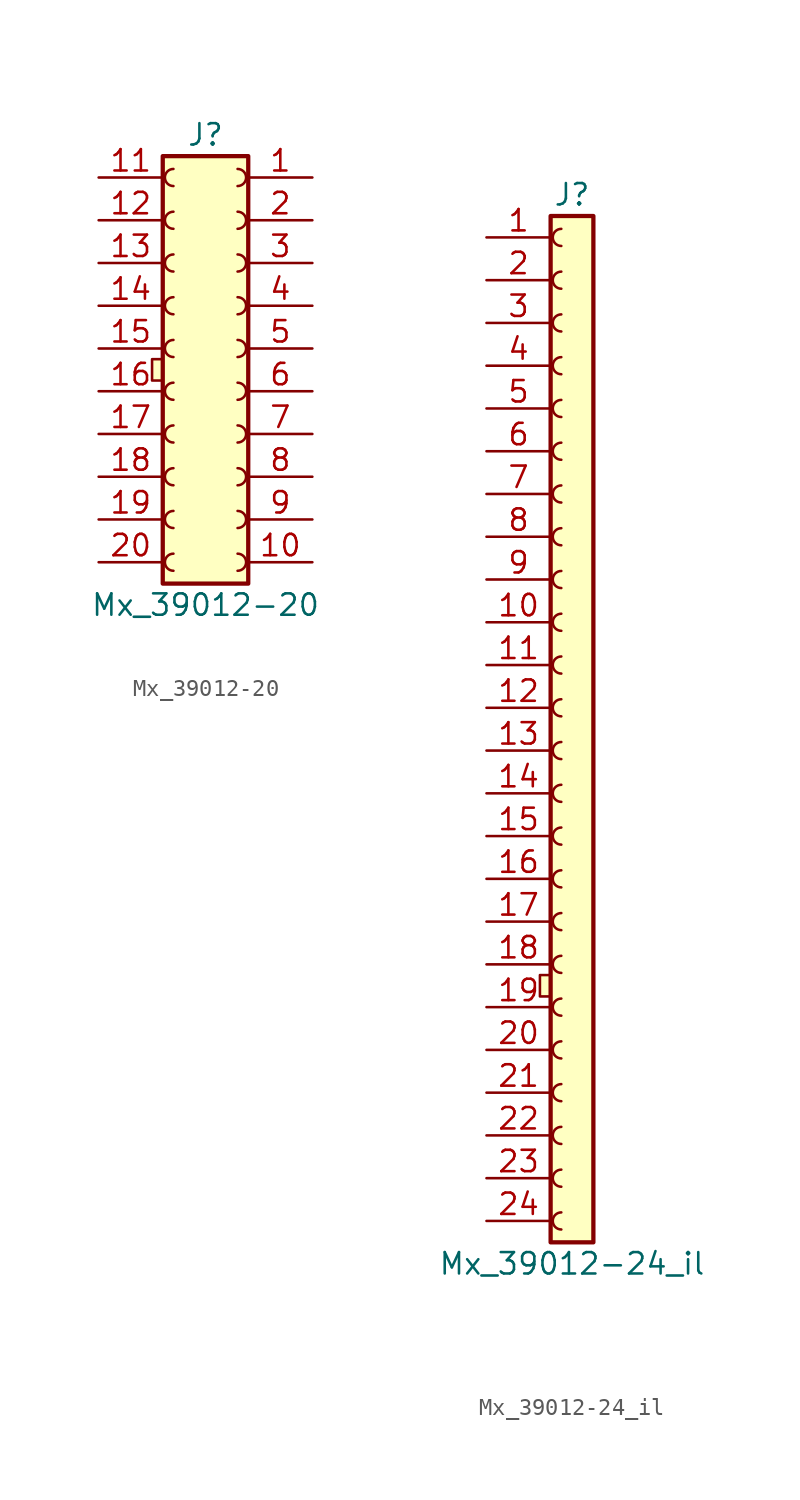
<source format=kicad_sym>
(kicad_symbol_lib
  (version 20211014)
  (generator kicad_symbol_editor)
  (symbol "Mx_39012-20"
    (pin_names
      (offset 1.016) hide)
    (property "Reference" "J"
      (at 0 13.97 0)
      (effects (font (size 1.27 1.27))))
    (property "Value" "Mx_39012-20"
      (at 0 -13.97 0)
      (effects (font (size 1.27 1.27))))
    (symbol "Mx_39012-20_0_1"
      (rectangle (start -3.175 0.635) (end -2.54 -0.635) (stroke (width 0) (type default) (color 0 0 0 0)) (fill (type background))))
    (symbol "Mx_39012-20_1_1"
      (arc (start -1.905 -10.922) (mid -2.413 -11.43) (end -1.905 -11.938) (stroke (width 0) (type default) (color 0 0 0 0)) (fill (type none)))
      (arc (start -1.905 -8.382) (mid -2.413 -8.89) (end -1.905 -9.398) (stroke (width 0) (type default) (color 0 0 0 0)) (fill (type none)))
      (arc (start -1.905 -5.842) (mid -2.413 -6.35) (end -1.905 -6.858) (stroke (width 0) (type default) (color 0 0 0 0)) (fill (type none)))
      (arc (start -1.905 -3.302) (mid -2.413 -3.81) (end -1.905 -4.318) (stroke (width 0) (type default) (color 0 0 0 0)) (fill (type none)))
      (arc (start -1.905 -0.762) (mid -2.413 -1.27) (end -1.905 -1.778) (stroke (width 0) (type default) (color 0 0 0 0)) (fill (type none)))
      (arc (start -1.905 1.778) (mid -2.413 1.27) (end -1.905 0.762) (stroke (width 0) (type default) (color 0 0 0 0)) (fill (type none)))
      (arc (start -1.905 4.318) (mid -2.413 3.81) (end -1.905 3.302) (stroke (width 0) (type default) (color 0 0 0 0)) (fill (type none)))
      (arc (start -1.905 6.858) (mid -2.413 6.35) (end -1.905 5.842) (stroke (width 0) (type default) (color 0 0 0 0)) (fill (type none)))
      (arc (start -1.905 9.398) (mid -2.413 8.89) (end -1.905 8.382) (stroke (width 0) (type default) (color 0 0 0 0)) (fill (type none)))
      (arc (start -1.905 11.938) (mid -2.413 11.43) (end -1.905 10.922) (stroke (width 0) (type default) (color 0 0 0 0)) (fill (type none)))
      (arc (start 1.905 -11.938) (mid 2.413 -11.43) (end 1.905 -10.922) (stroke (width 0) (type default) (color 0 0 0 0)) (fill (type none)))
      (arc (start 1.905 -9.398) (mid 2.413 -8.89) (end 1.905 -8.382) (stroke (width 0) (type default) (color 0 0 0 0)) (fill (type none)))
      (arc (start 1.905 -6.858) (mid 2.413 -6.35) (end 1.905 -5.842) (stroke (width 0) (type default) (color 0 0 0 0)) (fill (type none)))
      (arc (start 1.905 -4.318) (mid 2.413 -3.81) (end 1.905 -3.302) (stroke (width 0) (type default) (color 0 0 0 0)) (fill (type none)))
      (arc (start 1.905 -1.778) (mid 2.413 -1.27) (end 1.905 -0.762) (stroke (width 0) (type default) (color 0 0 0 0)) (fill (type none)))
      (arc (start 1.905 0.762) (mid 2.413 1.27) (end 1.905 1.778) (stroke (width 0) (type default) (color 0 0 0 0)) (fill (type none)))
      (arc (start 1.905 3.302) (mid 2.413 3.81) (end 1.905 4.318) (stroke (width 0) (type default) (color 0 0 0 0)) (fill (type none)))
      (arc (start 1.905 5.842) (mid 2.413 6.35) (end 1.905 6.858) (stroke (width 0) (type default) (color 0 0 0 0)) (fill (type none)))
      (arc (start 1.905 8.382) (mid 2.413 8.89) (end 1.905 9.398) (stroke (width 0) (type default) (color 0 0 0 0)) (fill (type none)))
      (arc (start 1.905 10.922) (mid 2.413 11.43) (end 1.905 11.938) (stroke (width 0) (type default) (color 0 0 0 0)) (fill (type none)))
      (rectangle (start 2.54 12.7) (end -2.54 -12.7) (stroke (width 0.254) (type default) (color 0 0 0 0)) (fill (type background)))
      (pin passive line (at 6.35 11.43 180) (length 3.81) (name "Pin_1" (effects (font (size 1.27 1.27)))) (number "1" (effects (font (size 1.27 1.27)))))
      (pin passive line (at 6.35 -11.43 180) (length 3.81) (name "Pin_10" (effects (font (size 1.27 1.27)))) (number "10" (effects (font (size 1.27 1.27)))))
      (pin passive line (at -6.35 11.43 0) (length 3.81) (name "Pin_11" (effects (font (size 1.27 1.27)))) (number "11" (effects (font (size 1.27 1.27)))))
      (pin passive line (at -6.35 8.89 0) (length 3.81) (name "Pin_12" (effects (font (size 1.27 1.27)))) (number "12" (effects (font (size 1.27 1.27)))))
      (pin passive line (at -6.35 6.35 0) (length 3.81) (name "Pin_13" (effects (font (size 1.27 1.27)))) (number "13" (effects (font (size 1.27 1.27)))))
      (pin passive line (at -6.35 3.81 0) (length 3.81) (name "Pin_14" (effects (font (size 1.27 1.27)))) (number "14" (effects (font (size 1.27 1.27)))))
      (pin passive line (at -6.35 1.27 0) (length 3.81) (name "Pin_15" (effects (font (size 1.27 1.27)))) (number "15" (effects (font (size 1.27 1.27)))))
      (pin passive line (at -6.35 -1.27 0) (length 3.81) (name "Pin_16" (effects (font (size 1.27 1.27)))) (number "16" (effects (font (size 1.27 1.27)))))
      (pin passive line (at -6.35 -3.81 0) (length 3.81) (name "Pin_17" (effects (font (size 1.27 1.27)))) (number "17" (effects (font (size 1.27 1.27)))))
      (pin passive line (at -6.35 -6.35 0) (length 3.81) (name "Pin_18" (effects (font (size 1.27 1.27)))) (number "18" (effects (font (size 1.27 1.27)))))
      (pin passive line (at -6.35 -8.89 0) (length 3.81) (name "Pin_19" (effects (font (size 1.27 1.27)))) (number "19" (effects (font (size 1.27 1.27)))))
      (pin passive line (at 6.35 8.89 180) (length 3.81) (name "Pin_2" (effects (font (size 1.27 1.27)))) (number "2" (effects (font (size 1.27 1.27)))))
      (pin passive line (at -6.35 -11.43 0) (length 3.81) (name "Pin_20" (effects (font (size 1.27 1.27)))) (number "20" (effects (font (size 1.27 1.27)))))
      (pin passive line (at 6.35 6.35 180) (length 3.81) (name "Pin_3" (effects (font (size 1.27 1.27)))) (number "3" (effects (font (size 1.27 1.27)))))
      (pin passive line (at 6.35 3.81 180) (length 3.81) (name "Pin_4" (effects (font (size 1.27 1.27)))) (number "4" (effects (font (size 1.27 1.27)))))
      (pin passive line (at 6.35 1.27 180) (length 3.81) (name "Pin_5" (effects (font (size 1.27 1.27)))) (number "5" (effects (font (size 1.27 1.27)))))
      (pin passive line (at 6.35 -1.27 180) (length 3.81) (name "Pin_6" (effects (font (size 1.27 1.27)))) (number "6" (effects (font (size 1.27 1.27)))))
      (pin passive line (at 6.35 -3.81 180) (length 3.81) (name "Pin_7" (effects (font (size 1.27 1.27)))) (number "7" (effects (font (size 1.27 1.27)))))
      (pin passive line (at 6.35 -6.35 180) (length 3.81) (name "Pin_8" (effects (font (size 1.27 1.27)))) (number "8" (effects (font (size 1.27 1.27)))))
      (pin passive line (at 6.35 -8.89 180) (length 3.81) (name "Pin_9" (effects (font (size 1.27 1.27)))) (number "9" (effects (font (size 1.27 1.27)))))))
  (symbol "Mx_39012-24_il"
    (pin_names
      (offset 1.016) hide)
    (property "Reference" "J"
      (at 0 31.75 0)
      (effects (font (size 1.27 1.27))))
    (property "Value" "Mx_39012-24_il"
      (at 0 -31.75 0)
      (effects (font (size 1.27 1.27))))
    (symbol "Mx_39012-24_il_0_1"
      (rectangle (start -1.905 -14.605) (end -1.27 -15.875) (stroke (width 0) (type default) (color 0 0 0 0)) (fill (type background))))
    (symbol "Mx_39012-24_il_1_1"
      (arc (start -0.635 -28.702) (mid -1.143 -29.21) (end -0.635 -29.718) (stroke (width 0) (type default) (color 0 0 0 0)) (fill (type none)))
      (arc (start -0.635 -26.162) (mid -1.143 -26.67) (end -0.635 -27.178) (stroke (width 0) (type default) (color 0 0 0 0)) (fill (type none)))
      (arc (start -0.635 -23.622) (mid -1.143 -24.13) (end -0.635 -24.638) (stroke (width 0) (type default) (color 0 0 0 0)) (fill (type none)))
      (arc (start -0.635 -21.082) (mid -1.143 -21.59) (end -0.635 -22.098) (stroke (width 0) (type default) (color 0 0 0 0)) (fill (type none)))
      (arc (start -0.635 -18.542) (mid -1.143 -19.05) (end -0.635 -19.558) (stroke (width 0) (type default) (color 0 0 0 0)) (fill (type none)))
      (arc (start -0.635 -16.002) (mid -1.143 -16.51) (end -0.635 -17.018) (stroke (width 0) (type default) (color 0 0 0 0)) (fill (type none)))
      (arc (start -0.635 -13.462) (mid -1.143 -13.97) (end -0.635 -14.478) (stroke (width 0) (type default) (color 0 0 0 0)) (fill (type none)))
      (arc (start -0.635 -10.922) (mid -1.143 -11.43) (end -0.635 -11.938) (stroke (width 0) (type default) (color 0 0 0 0)) (fill (type none)))
      (arc (start -0.635 -8.382) (mid -1.143 -8.89) (end -0.635 -9.398) (stroke (width 0) (type default) (color 0 0 0 0)) (fill (type none)))
      (arc (start -0.635 -5.842) (mid -1.143 -6.35) (end -0.635 -6.858) (stroke (width 0) (type default) (color 0 0 0 0)) (fill (type none)))
      (arc (start -0.635 -3.302) (mid -1.143 -3.81) (end -0.635 -4.318) (stroke (width 0) (type default) (color 0 0 0 0)) (fill (type none)))
      (arc (start -0.635 -0.762) (mid -1.143 -1.27) (end -0.635 -1.778) (stroke (width 0) (type default) (color 0 0 0 0)) (fill (type none)))
      (arc (start -0.635 1.778) (mid -1.143 1.27) (end -0.635 0.762) (stroke (width 0) (type default) (color 0 0 0 0)) (fill (type none)))
      (arc (start -0.635 4.318) (mid -1.143 3.81) (end -0.635 3.302) (stroke (width 0) (type default) (color 0 0 0 0)) (fill (type none)))
      (arc (start -0.635 6.858) (mid -1.143 6.35) (end -0.635 5.842) (stroke (width 0) (type default) (color 0 0 0 0)) (fill (type none)))
      (arc (start -0.635 9.398) (mid -1.143 8.89) (end -0.635 8.382) (stroke (width 0) (type default) (color 0 0 0 0)) (fill (type none)))
      (arc (start -0.635 11.938) (mid -1.143 11.43) (end -0.635 10.922) (stroke (width 0) (type default) (color 0 0 0 0)) (fill (type none)))
      (arc (start -0.635 14.478) (mid -1.143 13.97) (end -0.635 13.462) (stroke (width 0) (type default) (color 0 0 0 0)) (fill (type none)))
      (arc (start -0.635 17.018) (mid -1.143 16.51) (end -0.635 16.002) (stroke (width 0) (type default) (color 0 0 0 0)) (fill (type none)))
      (arc (start -0.635 19.558) (mid -1.143 19.05) (end -0.635 18.542) (stroke (width 0) (type default) (color 0 0 0 0)) (fill (type none)))
      (arc (start -0.635 22.098) (mid -1.143 21.59) (end -0.635 21.082) (stroke (width 0) (type default) (color 0 0 0 0)) (fill (type none)))
      (arc (start -0.635 24.638) (mid -1.143 24.13) (end -0.635 23.622) (stroke (width 0) (type default) (color 0 0 0 0)) (fill (type none)))
      (arc (start -0.635 27.178) (mid -1.143 26.67) (end -0.635 26.162) (stroke (width 0) (type default) (color 0 0 0 0)) (fill (type none)))
      (arc (start -0.635 29.718) (mid -1.143 29.21) (end -0.635 28.702) (stroke (width 0) (type default) (color 0 0 0 0)) (fill (type none)))
      (rectangle (start 1.27 30.48) (end -1.27 -30.48) (stroke (width 0.254) (type default) (color 0 0 0 0)) (fill (type background)))
      (pin passive line (at -5.08 29.21 0) (length 3.81) (name "~" (effects (font (size 1.27 1.27)))) (number "1" (effects (font (size 1.27 1.27)))))
      (pin passive line (at -5.08 6.35 0) (length 3.81) (name "~" (effects (font (size 1.27 1.27)))) (number "10" (effects (font (size 1.27 1.27)))))
      (pin passive line (at -5.08 3.81 0) (length 3.81) (name "~" (effects (font (size 1.27 1.27)))) (number "11" (effects (font (size 1.27 1.27)))))
      (pin passive line (at -5.08 1.27 0) (length 3.81) (name "~" (effects (font (size 1.27 1.27)))) (number "12" (effects (font (size 1.27 1.27)))))
      (pin passive line (at -5.08 -1.27 0) (length 3.81) (name "~" (effects (font (size 1.27 1.27)))) (number "13" (effects (font (size 1.27 1.27)))))
      (pin passive line (at -5.08 -3.81 0) (length 3.81) (name "~" (effects (font (size 1.27 1.27)))) (number "14" (effects (font (size 1.27 1.27)))))
      (pin passive line (at -5.08 -6.35 0) (length 3.81) (name "~" (effects (font (size 1.27 1.27)))) (number "15" (effects (font (size 1.27 1.27)))))
      (pin passive line (at -5.08 -8.89 0) (length 3.81) (name "~" (effects (font (size 1.27 1.27)))) (number "16" (effects (font (size 1.27 1.27)))))
      (pin passive line (at -5.08 -11.43 0) (length 3.81) (name "~" (effects (font (size 1.27 1.27)))) (number "17" (effects (font (size 1.27 1.27)))))
      (pin passive line (at -5.08 -13.97 0) (length 3.81) (name "~" (effects (font (size 1.27 1.27)))) (number "18" (effects (font (size 1.27 1.27)))))
      (pin passive line (at -5.08 -16.51 0) (length 3.81) (name "~" (effects (font (size 1.27 1.27)))) (number "19" (effects (font (size 1.27 1.27)))))
      (pin passive line (at -5.08 26.67 0) (length 3.81) (name "~" (effects (font (size 1.27 1.27)))) (number "2" (effects (font (size 1.27 1.27)))))
      (pin passive line (at -5.08 -19.05 0) (length 3.81) (name "~" (effects (font (size 1.27 1.27)))) (number "20" (effects (font (size 1.27 1.27)))))
      (pin passive line (at -5.08 -21.59 0) (length 3.81) (name "~" (effects (font (size 1.27 1.27)))) (number "21" (effects (font (size 1.27 1.27)))))
      (pin passive line (at -5.08 -24.13 0) (length 3.81) (name "~" (effects (font (size 1.27 1.27)))) (number "22" (effects (font (size 1.27 1.27)))))
      (pin passive line (at -5.08 -26.67 0) (length 3.81) (name "~" (effects (font (size 1.27 1.27)))) (number "23" (effects (font (size 1.27 1.27)))))
      (pin passive line (at -5.08 -29.21 0) (length 3.81) (name "~" (effects (font (size 1.27 1.27)))) (number "24" (effects (font (size 1.27 1.27)))))
      (pin passive line (at -5.08 24.13 0) (length 3.81) (name "~" (effects (font (size 1.27 1.27)))) (number "3" (effects (font (size 1.27 1.27)))))
      (pin passive line (at -5.08 21.59 0) (length 3.81) (name "~" (effects (font (size 1.27 1.27)))) (number "4" (effects (font (size 1.27 1.27)))))
      (pin passive line (at -5.08 19.05 0) (length 3.81) (name "~" (effects (font (size 1.27 1.27)))) (number "5" (effects (font (size 1.27 1.27)))))
      (pin passive line (at -5.08 16.51 0) (length 3.81) (name "~" (effects (font (size 1.27 1.27)))) (number "6" (effects (font (size 1.27 1.27)))))
      (pin passive line (at -5.08 13.97 0) (length 3.81) (name "~" (effects (font (size 1.27 1.27)))) (number "7" (effects (font (size 1.27 1.27)))))
      (pin passive line (at -5.08 11.43 0) (length 3.81) (name "~" (effects (font (size 1.27 1.27)))) (number "8" (effects (font (size 1.27 1.27)))))
      (pin passive line (at -5.08 8.89 0) (length 3.81) (name "~" (effects (font (size 1.27 1.27)))) (number "9" (effects (font (size 1.27 1.27))))))))
</source>
